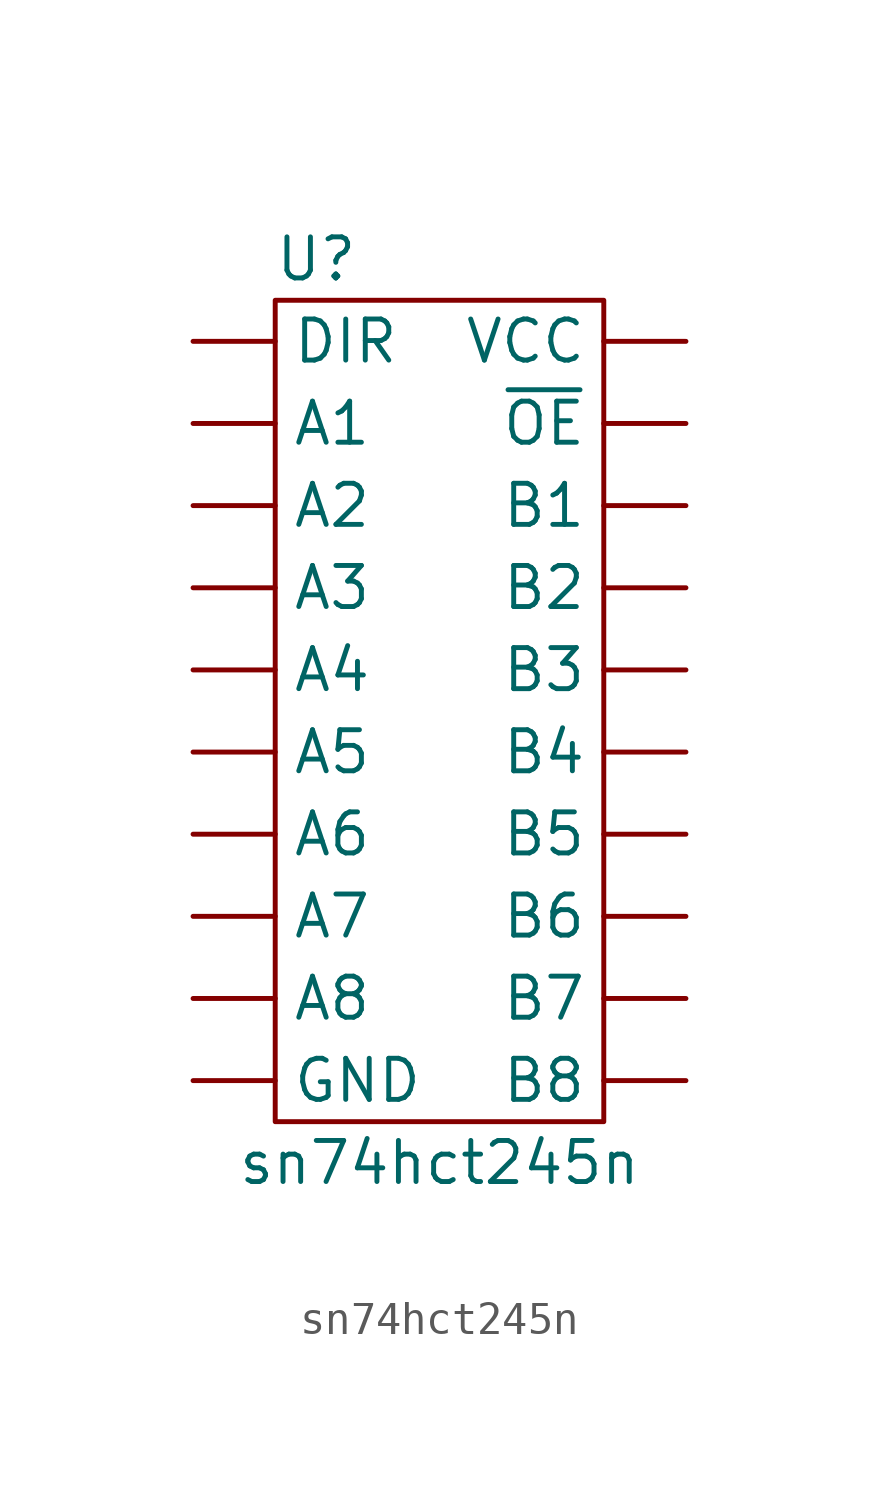
<source format=kicad_sym>
(kicad_symbol_lib
  (version 20211014)
  (generator kicad_symbol_editor)
  (symbol "sn74hct245n"
    (property "Reference" "U"
      (at -3.81 13.97 0)
      (effects (font (size 1.27 1.27))))
    (property "Value" "sn74hct245n"
      (at 0 -13.97 0)
      (effects (font (size 1.27 1.27))))
    (symbol "sn74hct245n_0_1"
      (rectangle (start -5.08 12.7) (end 5.08 -12.7) (stroke (width 0) (type default) (color 0 0 0 0)) (fill (type none))))
    (symbol "sn74hct245n_1_1"
      (pin input line (at -7.62 8.89 0) (length 2.54) (name "A1" (effects (font (size 1.27 1.27)))) (number "" (effects (font (size 1.27 1.27)))))
      (pin input line (at -7.62 6.35 0) (length 2.54) (name "A2" (effects (font (size 1.27 1.27)))) (number "" (effects (font (size 1.27 1.27)))))
      (pin input line (at -7.62 3.81 0) (length 2.54) (name "A3" (effects (font (size 1.27 1.27)))) (number "" (effects (font (size 1.27 1.27)))))
      (pin input line (at -7.62 1.27 0) (length 2.54) (name "A4" (effects (font (size 1.27 1.27)))) (number "" (effects (font (size 1.27 1.27)))))
      (pin input line (at -7.62 -1.27 0) (length 2.54) (name "A5" (effects (font (size 1.27 1.27)))) (number "" (effects (font (size 1.27 1.27)))))
      (pin input line (at -7.62 -3.81 0) (length 2.54) (name "A6" (effects (font (size 1.27 1.27)))) (number "" (effects (font (size 1.27 1.27)))))
      (pin input line (at -7.62 -6.35 0) (length 2.54) (name "A7" (effects (font (size 1.27 1.27)))) (number "" (effects (font (size 1.27 1.27)))))
      (pin input line (at -7.62 -8.89 0) (length 2.54) (name "A8" (effects (font (size 1.27 1.27)))) (number "" (effects (font (size 1.27 1.27)))))
      (pin output line (at 7.62 6.35 180) (length 2.54) (name "B1" (effects (font (size 1.27 1.27)))) (number "" (effects (font (size 1.27 1.27)))))
      (pin output line (at 7.62 3.81 180) (length 2.54) (name "B2" (effects (font (size 1.27 1.27)))) (number "" (effects (font (size 1.27 1.27)))))
      (pin output line (at 7.62 1.27 180) (length 2.54) (name "B3" (effects (font (size 1.27 1.27)))) (number "" (effects (font (size 1.27 1.27)))))
      (pin output line (at 7.62 -1.27 180) (length 2.54) (name "B4" (effects (font (size 1.27 1.27)))) (number "" (effects (font (size 1.27 1.27)))))
      (pin output line (at 7.62 -3.81 180) (length 2.54) (name "B5" (effects (font (size 1.27 1.27)))) (number "" (effects (font (size 1.27 1.27)))))
      (pin output line (at 7.62 -6.35 180) (length 2.54) (name "B6" (effects (font (size 1.27 1.27)))) (number "" (effects (font (size 1.27 1.27)))))
      (pin output line (at 7.62 -8.89 180) (length 2.54) (name "B7" (effects (font (size 1.27 1.27)))) (number "" (effects (font (size 1.27 1.27)))))
      (pin output line (at 7.62 -11.43 180) (length 2.54) (name "B8" (effects (font (size 1.27 1.27)))) (number "" (effects (font (size 1.27 1.27)))))
      (pin input line (at -7.62 11.43 0) (length 2.54) (name "DIR" (effects (font (size 1.27 1.27)))) (number "" (effects (font (size 1.27 1.27)))))
      (pin input line (at -7.62 -11.43 0) (length 2.54) (name "GND" (effects (font (size 1.27 1.27)))) (number "" (effects (font (size 1.27 1.27)))))
      (pin input line (at 7.62 11.43 180) (length 2.54) (name "VCC" (effects (font (size 1.27 1.27)))) (number "" (effects (font (size 1.27 1.27)))))
      (pin input line (at 7.62 8.89 180) (length 2.54) (name "~{OE}" (effects (font (size 1.27 1.27)))) (number "" (effects (font (size 1.27 1.27))))))))
</source>
